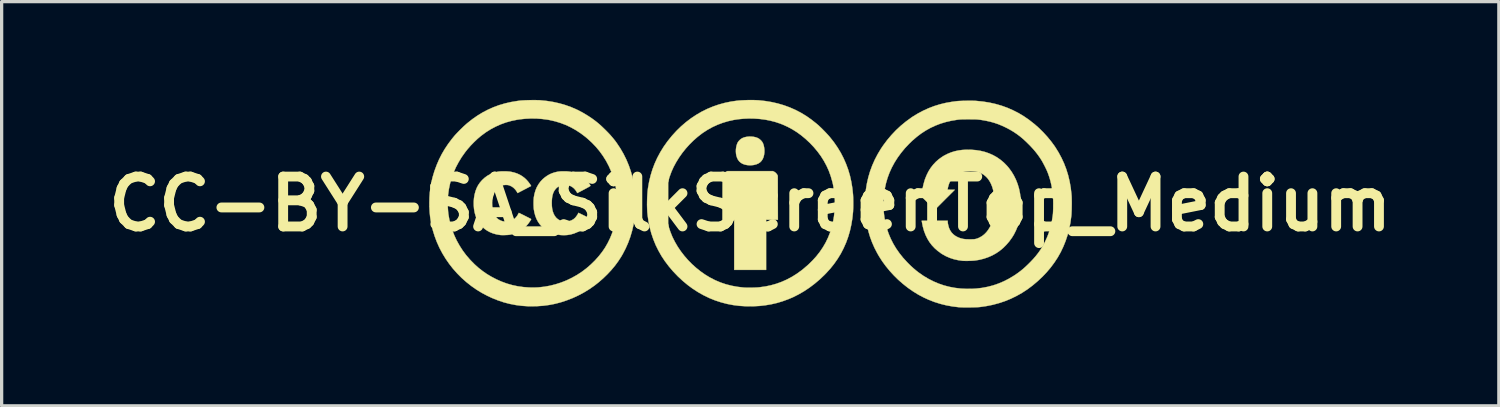
<source format=kicad_pcb>
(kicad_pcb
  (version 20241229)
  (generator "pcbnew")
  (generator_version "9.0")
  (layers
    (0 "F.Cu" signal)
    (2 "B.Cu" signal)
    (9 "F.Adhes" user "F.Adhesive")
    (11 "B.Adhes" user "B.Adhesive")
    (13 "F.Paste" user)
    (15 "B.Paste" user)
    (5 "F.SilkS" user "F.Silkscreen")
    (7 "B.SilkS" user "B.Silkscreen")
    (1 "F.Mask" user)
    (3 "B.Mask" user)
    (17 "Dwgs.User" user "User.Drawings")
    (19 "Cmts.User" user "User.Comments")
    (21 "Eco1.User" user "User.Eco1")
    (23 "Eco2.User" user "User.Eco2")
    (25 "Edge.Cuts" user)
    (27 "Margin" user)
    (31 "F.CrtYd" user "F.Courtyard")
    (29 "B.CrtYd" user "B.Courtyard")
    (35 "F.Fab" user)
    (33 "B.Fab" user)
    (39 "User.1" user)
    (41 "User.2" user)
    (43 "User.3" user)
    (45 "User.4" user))
  (footprint "CC-BY-SA_SilkScreenTop_Medium"
    (layer "F.Cu")
    (at 19.856 3.175)
    (property "Reference" "CC-BY-SA_SilkScreenTop_Medium" (at 0 0 0) (layer "F.SilkS") (effects (font (size 1.524 1.524) (thickness 0.3))))
    (attr through_hole)
    (fp_poly (pts (xy 0.726 -0.984) (xy 0.764 -0.96) (xy 0.798 -0.927) (xy 0.825 -0.888) (xy 0.826 -0.886) (xy 0.84 -0.859) (xy 0.844 0.484) (xy 0.484 0.484) (xy 0.484 2.015) (xy -0.49 2.015) (xy -0.49 0.484) (xy -0.85 0.484) (xy -0.848 -0.188) (xy -0.846 -0.859) (xy -0.832 -0.887) (xy -0.808 -0.924) (xy -0.776 -0.957) (xy -0.739 -0.982) (xy -0.732 -0.985) (xy -0.698 -1.001) (xy 0.691 -1.001) (xy 0.726 -0.984)) (stroke (width 0.01) (type solid)) (fill yes) (layer "F.SilkS"))
    (fp_poly (pts (xy 0.036 -2.055) (xy 0.103 -2.048) (xy 0.166 -2.034) (xy 0.222 -2.014) (xy 0.264 -1.992) (xy 0.303 -1.961) (xy 0.34 -1.925) (xy 0.369 -1.887) (xy 0.374 -1.879) (xy 0.396 -1.832) (xy 0.413 -1.776) (xy 0.425 -1.714) (xy 0.432 -1.65) (xy 0.432 -1.585) (xy 0.432 -1.578) (xy 0.422 -1.498) (xy 0.405 -1.428) (xy 0.378 -1.366) (xy 0.344 -1.314) (xy 0.301 -1.27) (xy 0.249 -1.235) (xy 0.188 -1.209) (xy 0.118 -1.19) (xy 0.085 -1.185) (xy 0.026 -1.18) (xy -0.037 -1.18) (xy -0.096 -1.185) (xy -0.096 -1.185) (xy -0.169 -1.2) (xy -0.234 -1.224) (xy -0.289 -1.257) (xy -0.336 -1.298) (xy -0.374 -1.348) (xy -0.403 -1.407) (xy -0.424 -1.475) (xy -0.434 -1.527) (xy -0.439 -1.594) (xy -0.438 -1.661) (xy -0.43 -1.727) (xy -0.416 -1.789) (xy -0.397 -1.844) (xy -0.377 -1.885) (xy -0.352 -1.918) (xy -0.321 -1.951) (xy -0.286 -1.981) (xy -0.27 -1.992) (xy -0.221 -2.018) (xy -0.163 -2.037) (xy -0.099 -2.05) (xy -0.032 -2.056) (xy 0.036 -2.055)) (stroke (width 0.01) (type solid)) (fill yes) (layer "F.SilkS"))
    (fp_poly (pts (xy -7.447 -0.994) (xy -7.392 -0.99) (xy -7.344 -0.986) (xy -7.311 -0.981) (xy -7.209 -0.958) (xy -7.114 -0.926) (xy -7.027 -0.885) (xy -6.963 -0.846) (xy -6.897 -0.797) (xy -6.834 -0.739) (xy -6.777 -0.674) (xy -6.727 -0.607) (xy -6.707 -0.576) (xy -6.69 -0.547) (xy -6.792 -0.494) (xy -6.833 -0.472) (xy -6.881 -0.447) (xy -6.93 -0.422) (xy -6.977 -0.397) (xy -6.999 -0.386) (xy -7.105 -0.331) (xy -7.129 -0.375) (xy -7.155 -0.414) (xy -7.188 -0.453) (xy -7.226 -0.49) (xy -7.264 -0.519) (xy -7.289 -0.534) (xy -7.328 -0.553) (xy -7.36 -0.566) (xy -7.39 -0.574) (xy -7.422 -0.578) (xy -7.459 -0.579) (xy -7.472 -0.579) (xy -7.546 -0.573) (xy -7.612 -0.557) (xy -7.671 -0.531) (xy -7.723 -0.495) (xy -7.768 -0.449) (xy -7.805 -0.393) (xy -7.835 -0.327) (xy -7.858 -0.251) (xy -7.873 -0.166) (xy -7.875 -0.144) (xy -7.881 -0.042) (xy -7.879 0.055) (xy -7.867 0.145) (xy -7.848 0.228) (xy -7.82 0.304) (xy -7.783 0.371) (xy -7.75 0.416) (xy -7.72 0.447) (xy -7.681 0.476) (xy -7.636 0.501) (xy -7.593 0.519) (xy -7.571 0.526) (xy -7.552 0.531) (xy -7.532 0.534) (xy -7.508 0.535) (xy -7.476 0.536) (xy -7.46 0.536) (xy -7.408 0.535) (xy -7.365 0.53) (xy -7.328 0.523) (xy -7.293 0.511) (xy -7.262 0.496) (xy -7.207 0.462) (xy -7.158 0.416) (xy -7.115 0.362) (xy -7.087 0.313) (xy -7.077 0.294) (xy -7.069 0.28) (xy -7.066 0.274) (xy -7.06 0.276) (xy -7.045 0.283) (xy -7.022 0.294) (xy -6.993 0.309) (xy -6.958 0.326) (xy -6.921 0.344) (xy -6.882 0.364) (xy -6.843 0.384) (xy -6.805 0.403) (xy -6.771 0.42) (xy -6.741 0.436) (xy -6.717 0.448) (xy -6.701 0.457) (xy -6.695 0.461) (xy -6.691 0.465) (xy -6.69 0.47) (xy -6.694 0.48) (xy -6.702 0.494) (xy -6.716 0.516) (xy -6.727 0.533) (xy -6.777 0.603) (xy -6.827 0.662) (xy -6.88 0.716) (xy -6.94 0.765) (xy -6.98 0.794) (xy -7.046 0.834) (xy -7.12 0.871) (xy -7.197 0.902) (xy -7.275 0.927) (xy -7.333 0.94) (xy -7.365 0.944) (xy -7.406 0.948) (xy -7.452 0.95) (xy -7.501 0.952) (xy -7.549 0.953) (xy -7.592 0.952) (xy -7.628 0.95) (xy -7.638 0.949) (xy -7.746 0.931) (xy -7.848 0.903) (xy -7.944 0.865) (xy -8.033 0.817) (xy -8.114 0.76) (xy -8.187 0.694) (xy -8.252 0.62) (xy -8.308 0.538) (xy -8.354 0.448) (xy -8.386 0.366) (xy -8.414 0.265) (xy -8.433 0.158) (xy -8.442 0.047) (xy -8.443 -0.065) (xy -8.435 -0.175) (xy -8.417 -0.283) (xy -8.39 -0.384) (xy -8.386 -0.397) (xy -8.351 -0.488) (xy -8.307 -0.572) (xy -8.253 -0.65) (xy -8.189 -0.724) (xy -8.113 -0.795) (xy -8.031 -0.856) (xy -7.942 -0.906) (xy -7.847 -0.945) (xy -7.744 -0.975) (xy -7.699 -0.985) (xy -7.661 -0.99) (xy -7.614 -0.993) (xy -7.56 -0.995) (xy -7.504 -0.995) (xy -7.447 -0.994)) (stroke (width 0.01) (type solid)) (fill yes) (layer "F.SilkS"))
    (fp_poly (pts (xy -5.599 -0.993) (xy -5.54 -0.988) (xy -5.489 -0.981) (xy -5.487 -0.981) (xy -5.382 -0.957) (xy -5.285 -0.923) (xy -5.195 -0.88) (xy -5.114 -0.828) (xy -5.039 -0.766) (xy -4.972 -0.694) (xy -4.913 -0.615) (xy -4.898 -0.592) (xy -4.887 -0.572) (xy -4.88 -0.558) (xy -4.878 -0.554) (xy -4.882 -0.549) (xy -4.894 -0.54) (xy -4.914 -0.527) (xy -4.944 -0.51) (xy -4.984 -0.488) (xy -5.034 -0.461) (xy -5.079 -0.437) (xy -5.28 -0.331) (xy -5.296 -0.359) (xy -5.336 -0.421) (xy -5.381 -0.472) (xy -5.433 -0.514) (xy -5.493 -0.548) (xy -5.544 -0.568) (xy -5.564 -0.574) (xy -5.588 -0.577) (xy -5.617 -0.579) (xy -5.649 -0.579) (xy -5.72 -0.575) (xy -5.781 -0.562) (xy -5.836 -0.541) (xy -5.885 -0.51) (xy -5.922 -0.478) (xy -5.961 -0.432) (xy -5.994 -0.381) (xy -6.019 -0.324) (xy -6.038 -0.259) (xy -6.051 -0.186) (xy -6.058 -0.103) (xy -6.06 -0.028) (xy -6.057 0.065) (xy -6.048 0.149) (xy -6.031 0.223) (xy -6.008 0.29) (xy -5.978 0.35) (xy -5.94 0.404) (xy -5.918 0.429) (xy -5.871 0.469) (xy -5.818 0.5) (xy -5.76 0.522) (xy -5.698 0.535) (xy -5.635 0.539) (xy -5.571 0.535) (xy -5.509 0.521) (xy -5.45 0.498) (xy -5.395 0.466) (xy -5.351 0.428) (xy -5.333 0.409) (xy -5.314 0.384) (xy -5.295 0.358) (xy -5.277 0.332) (xy -5.264 0.308) (xy -5.255 0.29) (xy -5.252 0.281) (xy -5.249 0.273) (xy -5.246 0.273) (xy -5.24 0.276) (xy -5.224 0.283) (xy -5.2 0.294) (xy -5.17 0.309) (xy -5.135 0.326) (xy -5.096 0.345) (xy -5.056 0.365) (xy -5.016 0.384) (xy -4.978 0.404) (xy -4.942 0.421) (xy -4.912 0.437) (xy -4.887 0.449) (xy -4.87 0.458) (xy -4.863 0.462) (xy -4.862 0.462) (xy -4.864 0.469) (xy -4.872 0.483) (xy -4.884 0.503) (xy -4.9 0.527) (xy -4.917 0.553) (xy -4.936 0.578) (xy -4.953 0.601) (xy -4.957 0.606) (xy -5.028 0.684) (xy -5.108 0.754) (xy -5.194 0.814) (xy -5.286 0.865) (xy -5.384 0.905) (xy -5.484 0.933) (xy -5.572 0.948) (xy -5.615 0.952) (xy -5.666 0.954) (xy -5.72 0.954) (xy -5.773 0.952) (xy -5.817 0.948) (xy -5.925 0.931) (xy -6.027 0.903) (xy -6.123 0.865) (xy -6.212 0.816) (xy -6.294 0.757) (xy -6.36 0.698) (xy -6.425 0.625) (xy -6.48 0.546) (xy -6.526 0.459) (xy -6.562 0.366) (xy -6.59 0.264) (xy -6.608 0.162) (xy -6.612 0.121) (xy -6.614 0.071) (xy -6.616 0.016) (xy -6.616 -0.042) (xy -6.615 -0.098) (xy -6.612 -0.149) (xy -6.608 -0.192) (xy -6.608 -0.199) (xy -6.587 -0.309) (xy -6.557 -0.412) (xy -6.517 -0.509) (xy -6.466 -0.598) (xy -6.406 -0.68) (xy -6.337 -0.754) (xy -6.272 -0.809) (xy -6.2 -0.86) (xy -6.126 -0.903) (xy -6.05 -0.936) (xy -5.967 -0.963) (xy -5.889 -0.981) (xy -5.842 -0.988) (xy -5.786 -0.993) (xy -5.725 -0.995) (xy -5.661 -0.995) (xy -5.599 -0.993)) (stroke (width 0.01) (type solid)) (fill yes) (layer "F.SilkS"))
    (fp_poly (pts (xy 6.746 -1.653) (xy 6.892 -1.641) (xy 7.032 -1.619) (xy 7.166 -1.586) (xy 7.293 -1.542) (xy 7.414 -1.488) (xy 7.529 -1.424) (xy 7.637 -1.349) (xy 7.739 -1.264) (xy 7.833 -1.169) (xy 7.892 -1.1) (xy 7.976 -0.986) (xy 8.049 -0.865) (xy 8.111 -0.739) (xy 8.163 -0.606) (xy 8.205 -0.467) (xy 8.235 -0.322) (xy 8.255 -0.172) (xy 8.265 -0.016) (xy 8.264 0.112) (xy 8.254 0.264) (xy 8.234 0.41) (xy 8.204 0.55) (xy 8.164 0.683) (xy 8.112 0.81) (xy 8.051 0.932) (xy 7.991 1.029) (xy 7.906 1.147) (xy 7.814 1.253) (xy 7.716 1.35) (xy 7.611 1.436) (xy 7.5 1.511) (xy 7.382 1.576) (xy 7.257 1.63) (xy 7.126 1.674) (xy 6.988 1.708) (xy 6.871 1.727) (xy 6.836 1.731) (xy 6.791 1.734) (xy 6.741 1.737) (xy 6.688 1.738) (xy 6.634 1.74) (xy 6.582 1.74) (xy 6.535 1.739) (xy 6.496 1.738) (xy 6.477 1.736) (xy 6.343 1.717) (xy 6.215 1.688) (xy 6.093 1.648) (xy 5.977 1.598) (xy 5.866 1.536) (xy 5.832 1.515) (xy 5.728 1.439) (xy 5.633 1.356) (xy 5.548 1.266) (xy 5.473 1.168) (xy 5.408 1.062) (xy 5.352 0.948) (xy 5.306 0.827) (xy 5.27 0.698) (xy 5.249 0.598) (xy 5.245 0.572) (xy 5.24 0.549) (xy 5.237 0.532) (xy 5.237 0.529) (xy 5.234 0.515) (xy 6.028 0.515) (xy 6.028 0.543) (xy 6.03 0.571) (xy 6.035 0.608) (xy 6.044 0.648) (xy 6.054 0.689) (xy 6.066 0.727) (xy 6.072 0.744) (xy 6.105 0.813) (xy 6.147 0.875) (xy 6.2 0.93) (xy 6.262 0.977) (xy 6.332 1.015) (xy 6.392 1.04) (xy 6.435 1.053) (xy 6.474 1.063) (xy 6.513 1.071) (xy 6.555 1.076) (xy 6.601 1.08) (xy 6.656 1.081) (xy 6.707 1.082) (xy 6.762 1.081) (xy 6.807 1.08) (xy 6.845 1.077) (xy 6.879 1.071) (xy 6.909 1.064) (xy 6.94 1.053) (xy 6.973 1.039) (xy 7.001 1.026) (xy 7.075 0.984) (xy 7.143 0.931) (xy 7.206 0.868) (xy 7.263 0.795) (xy 7.314 0.713) (xy 7.358 0.624) (xy 7.395 0.527) (xy 7.423 0.423) (xy 7.425 0.415) (xy 7.446 0.301) (xy 7.459 0.181) (xy 7.465 0.057) (xy 7.463 -0.069) (xy 7.455 -0.193) (xy 7.438 -0.313) (xy 7.416 -0.422) (xy 7.386 -0.524) (xy 7.348 -0.617) (xy 7.303 -0.701) (xy 7.251 -0.774) (xy 7.192 -0.837) (xy 7.126 -0.891) (xy 7.053 -0.934) (xy 6.974 -0.967) (xy 6.929 -0.98) (xy 6.864 -0.992) (xy 6.79 -0.999) (xy 6.712 -1.001) (xy 6.632 -0.996) (xy 6.554 -0.987) (xy 6.48 -0.972) (xy 6.424 -0.956) (xy 6.343 -0.923) (xy 6.272 -0.882) (xy 6.21 -0.832) (xy 6.156 -0.774) (xy 6.112 -0.708) (xy 6.077 -0.637) (xy 6.066 -0.605) (xy 6.054 -0.569) (xy 6.044 -0.533) (xy 6.035 -0.499) (xy 6.03 -0.47) (xy 6.028 -0.451) (xy 6.028 -0.434) (xy 6.136 -0.433) (xy 6.245 -0.431) (xy 5.939 -0.126) (xy 5.634 0.18) (xy 5.327 -0.127) (xy 5.02 -0.434) (xy 5.257 -0.434) (xy 5.265 -0.482) (xy 5.269 -0.506) (xy 5.276 -0.538) (xy 5.284 -0.575) (xy 5.293 -0.612) (xy 5.296 -0.624) (xy 5.334 -0.753) (xy 5.383 -0.875) (xy 5.44 -0.99) (xy 5.507 -1.097) (xy 5.583 -1.195) (xy 5.667 -1.285) (xy 5.76 -1.367) (xy 5.862 -1.439) (xy 5.922 -1.476) (xy 6.026 -1.529) (xy 6.131 -1.572) (xy 6.24 -1.606) (xy 6.354 -1.631) (xy 6.474 -1.647) (xy 6.595 -1.654) (xy 6.746 -1.653)) (stroke (width 0.01) (type solid)) (fill yes) (layer "F.SilkS"))
    (fp_poly (pts (xy 0.109 -3.169) (xy 0.189 -3.166) (xy 0.253 -3.163) (xy 0.454 -3.141) (xy 0.65 -3.109) (xy 0.839 -3.066) (xy 1.024 -3.012) (xy 1.202 -2.947) (xy 1.376 -2.871) (xy 1.544 -2.784) (xy 1.707 -2.685) (xy 1.864 -2.575) (xy 2.017 -2.454) (xy 2.071 -2.408) (xy 2.113 -2.369) (xy 2.161 -2.324) (xy 2.211 -2.275) (xy 2.263 -2.222) (xy 2.313 -2.17) (xy 2.36 -2.119) (xy 2.402 -2.073) (xy 2.43 -2.04) (xy 2.552 -1.886) (xy 2.662 -1.727) (xy 2.761 -1.564) (xy 2.848 -1.396) (xy 2.924 -1.223) (xy 2.989 -1.046) (xy 3.043 -0.863) (xy 3.085 -0.674) (xy 3.117 -0.48) (xy 3.138 -0.28) (xy 3.138 -0.279) (xy 3.14 -0.24) (xy 3.142 -0.19) (xy 3.143 -0.134) (xy 3.144 -0.073) (xy 3.144 -0.009) (xy 3.144 0.054) (xy 3.143 0.114) (xy 3.141 0.168) (xy 3.139 0.215) (xy 3.138 0.241) (xy 3.117 0.441) (xy 3.085 0.635) (xy 3.043 0.823) (xy 2.99 1.005) (xy 2.926 1.181) (xy 2.851 1.351) (xy 2.766 1.516) (xy 2.669 1.675) (xy 2.561 1.829) (xy 2.442 1.978) (xy 2.311 2.121) (xy 2.27 2.163) (xy 2.119 2.307) (xy 1.964 2.438) (xy 1.805 2.558) (xy 1.641 2.667) (xy 1.473 2.764) (xy 1.302 2.85) (xy 1.157 2.911) (xy 0.987 2.973) (xy 0.817 3.024) (xy 0.644 3.064) (xy 0.468 3.094) (xy 0.288 3.115) (xy 0.102 3.125) (xy -0.091 3.126) (xy -0.133 3.125) (xy -0.328 3.113) (xy -0.519 3.089) (xy -0.707 3.053) (xy -0.891 3.005) (xy -1.072 2.946) (xy -1.248 2.875) (xy -1.42 2.792) (xy -1.588 2.698) (xy -1.751 2.593) (xy -1.91 2.476) (xy -2.064 2.348) (xy -2.214 2.208) (xy -2.217 2.205) (xy -2.358 2.057) (xy -2.487 1.905) (xy -2.605 1.749) (xy -2.711 1.589) (xy -2.805 1.423) (xy -2.889 1.253) (xy -2.96 1.078) (xy -3.021 0.898) (xy -3.07 0.713) (xy -3.109 0.522) (xy -3.134 0.338) (xy -3.143 0.245) (xy -3.148 0.144) (xy -3.151 0.036) (xy -3.151 0.018) (xy -2.59 0.018) (xy -2.582 0.188) (xy -2.564 0.357) (xy -2.534 0.523) (xy -2.493 0.687) (xy -2.442 0.846) (xy -2.38 1.001) (xy -2.372 1.018) (xy -2.298 1.165) (xy -2.213 1.31) (xy -2.118 1.45) (xy -2.013 1.586) (xy -1.9 1.716) (xy -1.779 1.839) (xy -1.651 1.954) (xy -1.517 2.061) (xy -1.379 2.158) (xy -1.236 2.245) (xy -1.089 2.321) (xy -1.06 2.335) (xy -0.902 2.401) (xy -0.738 2.456) (xy -0.569 2.499) (xy -0.396 2.531) (xy -0.218 2.552) (xy -0.18 2.555) (xy -0.136 2.557) (xy -0.083 2.558) (xy -0.023 2.558) (xy 0.04 2.558) (xy 0.104 2.556) (xy 0.166 2.554) (xy 0.222 2.551) (xy 0.271 2.547) (xy 0.285 2.545) (xy 0.461 2.521) (xy 0.631 2.485) (xy 0.797 2.438) (xy 0.958 2.38) (xy 1.115 2.31) (xy 1.268 2.229) (xy 1.417 2.136) (xy 1.563 2.031) (xy 1.634 1.974) (xy 1.774 1.853) (xy 1.902 1.727) (xy 2.019 1.598) (xy 2.124 1.464) (xy 2.218 1.325) (xy 2.302 1.181) (xy 2.374 1.032) (xy 2.436 0.877) (xy 2.445 0.853) (xy 2.491 0.703) (xy 2.528 0.547) (xy 2.555 0.386) (xy 2.574 0.22) (xy 2.583 0.053) (xy 2.582 -0.114) (xy 2.572 -0.281) (xy 2.553 -0.445) (xy 2.524 -0.604) (xy 2.505 -0.682) (xy 2.457 -0.848) (xy 2.399 -1.009) (xy 2.329 -1.164) (xy 2.248 -1.314) (xy 2.157 -1.459) (xy 2.053 -1.6) (xy 1.939 -1.736) (xy 1.813 -1.868) (xy 1.686 -1.986) (xy 1.557 -2.093) (xy 1.425 -2.189) (xy 1.288 -2.275) (xy 1.146 -2.351) (xy 0.998 -2.419) (xy 0.908 -2.454) (xy 0.764 -2.502) (xy 0.612 -2.541) (xy 0.455 -2.572) (xy 0.293 -2.593) (xy 0.129 -2.605) (xy -0.037 -2.608) (xy -0.203 -2.601) (xy -0.366 -2.585) (xy -0.502 -2.564) (xy -0.673 -2.526) (xy -0.838 -2.477) (xy -0.998 -2.417) (xy -1.153 -2.346) (xy -1.303 -2.263) (xy -1.448 -2.169) (xy -1.477 -2.148) (xy -1.609 -2.046) (xy -1.735 -1.935) (xy -1.856 -1.815) (xy -1.97 -1.688) (xy -2.076 -1.555) (xy -2.174 -1.416) (xy -2.262 -1.274) (xy -2.34 -1.129) (xy -2.406 -0.983) (xy -2.408 -0.977) (xy -2.466 -0.819) (xy -2.513 -0.657) (xy -2.549 -0.491) (xy -2.573 -0.322) (xy -2.587 -0.153) (xy -2.59 0.018) (xy -3.151 0.018) (xy -3.15 -0.075) (xy -3.147 -0.185) (xy -3.141 -0.292) (xy -3.133 -0.393) (xy -3.122 -0.484) (xy -3.088 -0.678) (xy -3.043 -0.866) (xy -2.987 -1.05) (xy -2.919 -1.23) (xy -2.84 -1.404) (xy -2.749 -1.574) (xy -2.647 -1.74) (xy -2.533 -1.902) (xy -2.407 -2.059) (xy -2.386 -2.084) (xy -2.251 -2.232) (xy -2.109 -2.37) (xy -1.961 -2.497) (xy -1.807 -2.614) (xy -1.647 -2.72) (xy -1.482 -2.816) (xy -1.312 -2.9) (xy -1.137 -2.973) (xy -0.957 -3.035) (xy -0.773 -3.085) (xy -0.585 -3.124) (xy -0.403 -3.15) (xy -0.329 -3.157) (xy -0.247 -3.162) (xy -0.159 -3.166) (xy -0.068 -3.169) (xy 0.022 -3.17) (xy 0.109 -3.169)) (stroke (width 0.01) (type solid)) (fill yes) (layer "F.SilkS"))
    (fp_poly (pts (xy -6.544 -3.168) (xy -6.487 -3.166) (xy -6.437 -3.165) (xy -6.411 -3.163) (xy -6.211 -3.143) (xy -6.017 -3.112) (xy -5.828 -3.07) (xy -5.644 -3.017) (xy -5.466 -2.953) (xy -5.292 -2.878) (xy -5.124 -2.791) (xy -4.959 -2.692) (xy -4.924 -2.669) (xy -4.837 -2.611) (xy -4.757 -2.553) (xy -4.681 -2.494) (xy -4.607 -2.432) (xy -4.532 -2.364) (xy -4.454 -2.289) (xy -4.412 -2.248) (xy -4.34 -2.175) (xy -4.276 -2.107) (xy -4.219 -2.041) (xy -4.165 -1.976) (xy -4.113 -1.909) (xy -4.072 -1.852) (xy -3.965 -1.691) (xy -3.868 -1.523) (xy -3.783 -1.351) (xy -3.708 -1.172) (xy -3.645 -0.989) (xy -3.593 -0.801) (xy -3.553 -0.608) (xy -3.523 -0.411) (xy -3.51 -0.271) (xy -3.508 -0.231) (xy -3.506 -0.182) (xy -3.505 -0.125) (xy -3.504 -0.064) (xy -3.504 -0.002) (xy -3.504 0.06) (xy -3.505 0.119) (xy -3.507 0.171) (xy -3.509 0.215) (xy -3.51 0.233) (xy -3.532 0.435) (xy -3.564 0.631) (xy -3.608 0.822) (xy -3.663 1.008) (xy -3.729 1.188) (xy -3.806 1.362) (xy -3.894 1.532) (xy -3.942 1.614) (xy -4.031 1.751) (xy -4.131 1.887) (xy -4.242 2.019) (xy -4.362 2.148) (xy -4.49 2.272) (xy -4.625 2.39) (xy -4.757 2.494) (xy -4.914 2.603) (xy -5.079 2.704) (xy -5.25 2.795) (xy -5.426 2.876) (xy -5.607 2.946) (xy -5.79 3.006) (xy -5.964 3.051) (xy -6.145 3.086) (xy -6.328 3.11) (xy -6.515 3.123) (xy -6.707 3.126) (xy -6.778 3.125) (xy -6.969 3.112) (xy -7.158 3.088) (xy -7.344 3.052) (xy -7.528 3.004) (xy -7.71 2.943) (xy -7.89 2.87) (xy -8.021 2.809) (xy -8.193 2.718) (xy -8.359 2.617) (xy -8.517 2.506) (xy -8.669 2.386) (xy -8.813 2.258) (xy -8.948 2.122) (xy -9.076 1.978) (xy -9.194 1.827) (xy -9.303 1.669) (xy -9.402 1.506) (xy -9.491 1.337) (xy -9.569 1.163) (xy -9.636 0.985) (xy -9.689 0.814) (xy -9.725 0.672) (xy -9.753 0.533) (xy -9.774 0.394) (xy -9.788 0.253) (xy -9.796 0.105) (xy -9.798 -0.025) (xy -9.796 -0.108) (xy -9.237 -0.108) (xy -9.237 0.067) (xy -9.224 0.242) (xy -9.218 0.301) (xy -9.189 0.471) (xy -9.149 0.638) (xy -9.098 0.803) (xy -9.034 0.965) (xy -8.96 1.123) (xy -8.875 1.275) (xy -8.78 1.423) (xy -8.675 1.564) (xy -8.56 1.698) (xy -8.538 1.721) (xy -8.419 1.842) (xy -8.297 1.952) (xy -8.171 2.051) (xy -8.04 2.142) (xy -7.902 2.224) (xy -7.756 2.3) (xy -7.756 2.301) (xy -7.595 2.372) (xy -7.432 2.432) (xy -7.268 2.479) (xy -7.1 2.515) (xy -6.929 2.539) (xy -6.754 2.552) (xy -6.663 2.554) (xy -6.619 2.554) (xy -6.572 2.553) (xy -6.525 2.552) (xy -6.485 2.55) (xy -6.468 2.549) (xy -6.289 2.529) (xy -6.114 2.498) (xy -5.941 2.454) (xy -5.772 2.4) (xy -5.608 2.335) (xy -5.448 2.258) (xy -5.294 2.172) (xy -5.145 2.075) (xy -5.003 1.968) (xy -4.868 1.851) (xy -4.74 1.726) (xy -4.62 1.591) (xy -4.518 1.461) (xy -4.431 1.333) (xy -4.352 1.195) (xy -4.281 1.051) (xy -4.22 0.9) (xy -4.168 0.745) (xy -4.127 0.586) (xy -4.124 0.571) (xy -4.098 0.428) (xy -4.079 0.279) (xy -4.068 0.126) (xy -4.064 -0.028) (xy -4.069 -0.18) (xy -4.08 -0.329) (xy -4.1 -0.47) (xy -4.102 -0.484) (xy -4.14 -0.66) (xy -4.189 -0.832) (xy -4.249 -0.998) (xy -4.32 -1.158) (xy -4.402 -1.313) (xy -4.495 -1.462) (xy -4.598 -1.605) (xy -4.712 -1.742) (xy -4.837 -1.872) (xy -4.972 -1.995) (xy -5.032 -2.046) (xy -5.175 -2.154) (xy -5.321 -2.25) (xy -5.473 -2.335) (xy -5.629 -2.409) (xy -5.789 -2.47) (xy -5.955 -2.521) (xy -6.125 -2.56) (xy -6.198 -2.573) (xy -6.36 -2.594) (xy -6.528 -2.606) (xy -6.697 -2.608) (xy -6.865 -2.6) (xy -7.031 -2.583) (xy -7.115 -2.57) (xy -7.286 -2.535) (xy -7.453 -2.489) (xy -7.614 -2.431) (xy -7.769 -2.362) (xy -7.92 -2.282) (xy -8.066 -2.191) (xy -8.206 -2.088) (xy -8.223 -2.075) (xy -8.329 -1.985) (xy -8.434 -1.885) (xy -8.537 -1.779) (xy -8.633 -1.669) (xy -8.707 -1.575) (xy -8.812 -1.427) (xy -8.905 -1.274) (xy -8.988 -1.117) (xy -9.058 -0.955) (xy -9.118 -0.791) (xy -9.165 -0.624) (xy -9.201 -0.454) (xy -9.225 -0.282) (xy -9.237 -0.108) (xy -9.796 -0.108) (xy -9.794 -0.193) (xy -9.783 -0.353) (xy -9.763 -0.509) (xy -9.735 -0.663) (xy -9.698 -0.817) (xy -9.651 -0.974) (xy -9.637 -1.017) (xy -9.573 -1.19) (xy -9.501 -1.357) (xy -9.42 -1.517) (xy -9.328 -1.674) (xy -9.226 -1.827) (xy -9.113 -1.978) (xy -9.037 -2.071) (xy -9.001 -2.112) (xy -8.958 -2.158) (xy -8.91 -2.208) (xy -8.858 -2.261) (xy -8.804 -2.313) (xy -8.752 -2.364) (xy -8.701 -2.41) (xy -8.655 -2.451) (xy -8.631 -2.471) (xy -8.479 -2.591) (xy -8.325 -2.698) (xy -8.167 -2.794) (xy -8.005 -2.878) (xy -7.839 -2.952) (xy -7.668 -3.015) (xy -7.491 -3.067) (xy -7.308 -3.109) (xy -7.117 -3.141) (xy -7.02 -3.154) (xy -6.98 -3.157) (xy -6.93 -3.16) (xy -6.872 -3.163) (xy -6.809 -3.165) (xy -6.742 -3.167) (xy -6.674 -3.168) (xy -6.607 -3.168) (xy -6.544 -3.168)) (stroke (width 0.01) (type solid)) (fill yes) (layer "F.SilkS"))
    (fp_poly (pts (xy 6.771 -3.149) (xy 6.828 -3.148) (xy 6.878 -3.146) (xy 6.904 -3.144) (xy 7.104 -3.124) (xy 7.299 -3.093) (xy 7.488 -3.051) (xy 7.672 -2.998) (xy 7.85 -2.934) (xy 8.023 -2.858) (xy 8.192 -2.772) (xy 8.355 -2.674) (xy 8.514 -2.564) (xy 8.668 -2.443) (xy 8.673 -2.44) (xy 8.812 -2.317) (xy 8.944 -2.187) (xy 9.069 -2.05) (xy 9.185 -1.909) (xy 9.291 -1.765) (xy 9.312 -1.733) (xy 9.413 -1.571) (xy 9.502 -1.405) (xy 9.581 -1.234) (xy 9.648 -1.059) (xy 9.704 -0.878) (xy 9.749 -0.691) (xy 9.783 -0.499) (xy 9.806 -0.302) (xy 9.811 -0.243) (xy 9.813 -0.202) (xy 9.814 -0.15) (xy 9.815 -0.092) (xy 9.816 -0.028) (xy 9.815 0.038) (xy 9.814 0.106) (xy 9.813 0.172) (xy 9.81 0.234) (xy 9.808 0.29) (xy 9.805 0.338) (xy 9.801 0.375) (xy 9.774 0.575) (xy 9.735 0.768) (xy 9.687 0.954) (xy 9.627 1.134) (xy 9.557 1.307) (xy 9.477 1.475) (xy 9.385 1.638) (xy 9.282 1.794) (xy 9.169 1.946) (xy 9.044 2.093) (xy 8.924 2.219) (xy 8.774 2.36) (xy 8.62 2.49) (xy 8.461 2.609) (xy 8.297 2.716) (xy 8.128 2.811) (xy 7.954 2.896) (xy 7.775 2.969) (xy 7.591 3.03) (xy 7.402 3.081) (xy 7.207 3.12) (xy 7.014 3.148) (xy 6.976 3.151) (xy 6.929 3.154) (xy 6.873 3.156) (xy 6.811 3.158) (xy 6.746 3.159) (xy 6.679 3.16) (xy 6.612 3.16) (xy 6.547 3.16) (xy 6.487 3.159) (xy 6.434 3.158) (xy 6.39 3.155) (xy 6.366 3.154) (xy 6.171 3.13) (xy 5.984 3.096) (xy 5.803 3.051) (xy 5.627 2.996) (xy 5.455 2.93) (xy 5.287 2.853) (xy 5.129 2.769) (xy 4.97 2.671) (xy 4.815 2.563) (xy 4.665 2.445) (xy 4.521 2.319) (xy 4.384 2.184) (xy 4.255 2.043) (xy 4.135 1.896) (xy 4.024 1.744) (xy 3.924 1.587) (xy 3.872 1.495) (xy 3.791 1.338) (xy 3.721 1.179) (xy 3.661 1.018) (xy 3.611 0.852) (xy 3.57 0.68) (xy 3.537 0.501) (xy 3.522 0.385) (xy 3.517 0.34) (xy 3.513 0.285) (xy 3.51 0.223) (xy 3.507 0.155) (xy 3.506 0.084) (xy 3.505 0.041) (xy 4.068 0.041) (xy 4.069 0.104) (xy 4.07 0.162) (xy 4.072 0.211) (xy 4.074 0.233) (xy 4.095 0.409) (xy 4.127 0.58) (xy 4.169 0.746) (xy 4.223 0.907) (xy 4.289 1.063) (xy 4.365 1.214) (xy 4.453 1.361) (xy 4.553 1.504) (xy 4.664 1.644) (xy 4.788 1.779) (xy 4.825 1.817) (xy 4.903 1.894) (xy 4.978 1.962) (xy 5.052 2.025) (xy 5.127 2.085) (xy 5.137 2.092) (xy 5.284 2.195) (xy 5.434 2.285) (xy 5.588 2.364) (xy 5.747 2.432) (xy 5.91 2.488) (xy 6.078 2.532) (xy 6.249 2.564) (xy 6.425 2.585) (xy 6.605 2.594) (xy 6.789 2.592) (xy 6.899 2.585) (xy 7.072 2.565) (xy 7.242 2.533) (xy 7.409 2.49) (xy 7.573 2.434) (xy 7.733 2.367) (xy 7.889 2.288) (xy 8.04 2.198) (xy 8.083 2.17) (xy 8.17 2.11) (xy 8.251 2.049) (xy 8.33 1.985) (xy 8.408 1.915) (xy 8.488 1.839) (xy 8.545 1.782) (xy 8.639 1.683) (xy 8.722 1.587) (xy 8.797 1.491) (xy 8.865 1.393) (xy 8.927 1.292) (xy 8.985 1.184) (xy 9.016 1.121) (xy 9.069 1.003) (xy 9.114 0.885) (xy 9.152 0.764) (xy 9.185 0.638) (xy 9.212 0.506) (xy 9.234 0.364) (xy 9.238 0.332) (xy 9.242 0.294) (xy 9.245 0.246) (xy 9.247 0.19) (xy 9.249 0.128) (xy 9.249 0.062) (xy 9.25 -0.005) (xy 9.249 -0.072) (xy 9.248 -0.136) (xy 9.246 -0.196) (xy 9.244 -0.249) (xy 9.24 -0.293) (xy 9.238 -0.316) (xy 9.218 -0.45) (xy 9.194 -0.575) (xy 9.167 -0.693) (xy 9.134 -0.807) (xy 9.095 -0.92) (xy 9.078 -0.964) (xy 9.062 -1.003) (xy 9.041 -1.05) (xy 9.016 -1.102) (xy 8.989 -1.156) (xy 8.961 -1.21) (xy 8.934 -1.261) (xy 8.909 -1.306) (xy 8.888 -1.341) (xy 8.827 -1.434) (xy 8.764 -1.521) (xy 8.698 -1.605) (xy 8.625 -1.689) (xy 8.545 -1.776) (xy 8.52 -1.801) (xy 8.422 -1.898) (xy 8.326 -1.986) (xy 8.231 -2.065) (xy 8.135 -2.136) (xy 8.037 -2.202) (xy 7.934 -2.263) (xy 7.825 -2.321) (xy 7.804 -2.332) (xy 7.686 -2.387) (xy 7.569 -2.435) (xy 7.451 -2.475) (xy 7.331 -2.509) (xy 7.204 -2.537) (xy 7.069 -2.561) (xy 7.014 -2.569) (xy 6.986 -2.572) (xy 6.96 -2.575) (xy 6.935 -2.578) (xy 6.909 -2.579) (xy 6.879 -2.581) (xy 6.844 -2.582) (xy 6.803 -2.582) (xy 6.754 -2.582) (xy 6.695 -2.583) (xy 6.666 -2.583) (xy 6.602 -2.583) (xy 6.549 -2.582) (xy 6.505 -2.582) (xy 6.468 -2.581) (xy 6.437 -2.58) (xy 6.409 -2.578) (xy 6.383 -2.576) (xy 6.358 -2.574) (xy 6.331 -2.57) (xy 6.316 -2.568) (xy 6.14 -2.539) (xy 5.971 -2.5) (xy 5.808 -2.451) (xy 5.652 -2.391) (xy 5.502 -2.321) (xy 5.357 -2.24) (xy 5.216 -2.148) (xy 5.079 -2.044) (xy 4.946 -1.929) (xy 4.856 -1.842) (xy 4.725 -1.704) (xy 4.607 -1.561) (xy 4.5 -1.415) (xy 4.405 -1.265) (xy 4.322 -1.111) (xy 4.25 -0.953) (xy 4.19 -0.791) (xy 4.142 -0.624) (xy 4.105 -0.454) (xy 4.08 -0.279) (xy 4.077 -0.248) (xy 4.074 -0.203) (xy 4.071 -0.149) (xy 4.069 -0.088) (xy 4.068 -0.024) (xy 4.068 0.041) (xy 3.505 0.041) (xy 3.504 0.013) (xy 3.504 -0.056) (xy 3.505 -0.121) (xy 3.506 -0.179) (xy 3.509 -0.229) (xy 3.509 -0.236) (xy 3.53 -0.434) (xy 3.562 -0.627) (xy 3.605 -0.814) (xy 3.659 -0.997) (xy 3.725 -1.175) (xy 3.802 -1.349) (xy 3.89 -1.518) (xy 3.99 -1.684) (xy 4.059 -1.786) (xy 4.18 -1.948) (xy 4.31 -2.102) (xy 4.448 -2.248) (xy 4.594 -2.384) (xy 4.748 -2.511) (xy 4.908 -2.628) (xy 4.959 -2.663) (xy 5.118 -2.76) (xy 5.28 -2.846) (xy 5.445 -2.921) (xy 5.615 -2.986) (xy 5.79 -3.04) (xy 5.972 -3.084) (xy 6.16 -3.117) (xy 6.294 -3.135) (xy 6.334 -3.139) (xy 6.384 -3.142) (xy 6.442 -3.144) (xy 6.506 -3.147) (xy 6.573 -3.148) (xy 6.641 -3.149) (xy 6.708 -3.149) (xy 6.771 -3.149)) (stroke (width 0.01) (type solid)) (fill yes) (layer "F.SilkS")))
  (gr_rect
    (start -3 -3)
    (end 42.711 9.34)
    (stroke (width 0.1) (type default))
    (fill no)
    (layer "Edge.Cuts")))
</source>
